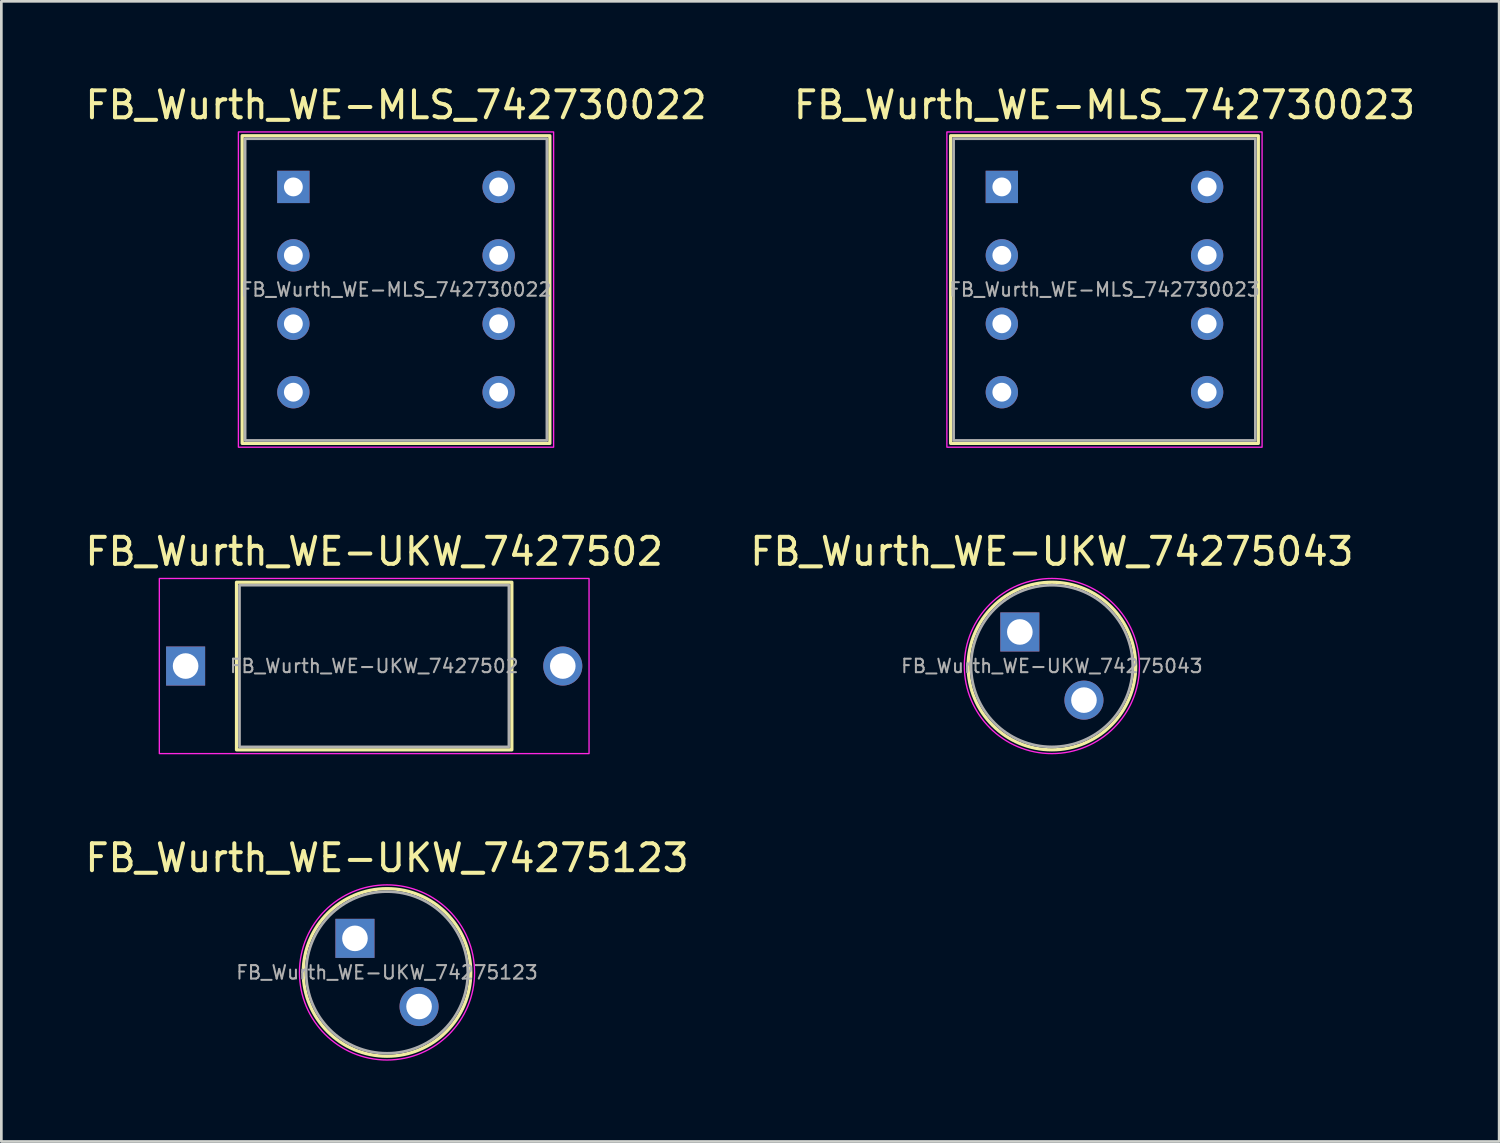
<source format=kicad_pcb>
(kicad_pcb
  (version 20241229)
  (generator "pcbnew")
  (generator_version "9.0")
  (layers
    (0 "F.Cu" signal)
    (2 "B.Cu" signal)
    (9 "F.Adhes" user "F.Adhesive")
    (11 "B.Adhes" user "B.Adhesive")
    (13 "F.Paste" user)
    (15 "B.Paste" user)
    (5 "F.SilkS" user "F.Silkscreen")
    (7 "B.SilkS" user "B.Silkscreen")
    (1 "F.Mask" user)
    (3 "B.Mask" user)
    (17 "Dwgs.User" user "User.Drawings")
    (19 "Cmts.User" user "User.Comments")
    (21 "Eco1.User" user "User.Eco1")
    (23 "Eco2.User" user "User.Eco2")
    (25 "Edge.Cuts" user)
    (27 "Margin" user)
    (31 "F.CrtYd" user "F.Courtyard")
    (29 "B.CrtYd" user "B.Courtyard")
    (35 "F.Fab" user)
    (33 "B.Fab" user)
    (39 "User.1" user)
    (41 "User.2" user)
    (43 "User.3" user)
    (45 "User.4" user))
  (footprint "FB_Wurth_WE-UKW_7427502"
    (layer "F.Cu")
    (at 10.839 21.672)
    (property "Reference" "FB_Wurth_WE-UKW_7427502" (at 0 -4.25 0) (unlocked yes) (layer "F.SilkS") (effects (font (size 1 1) (thickness 0.15))))
    (attr through_hole)
    (fp_rect (start -5.11 -3.11) (end 5.11 3.11) (stroke (width 0.12) (type solid)) (fill no) (layer "F.SilkS"))
    (fp_rect (start -7.975 -3.25) (end 7.975 3.25) (stroke (width 0.05) (type solid)) (fill no) (layer "F.CrtYd"))
    (fp_rect (start -5 -3) (end 5 3) (stroke (width 0.1) (type solid)) (fill no) (layer "F.Fab"))
    (fp_text user "${REFERENCE}" (at 0 0 0) (unlocked yes) (layer "F.Fab") (effects (font (size 0.5 0.5) (thickness 0.075))))
    (pad "1" thru_hole rect (at -7 0) (size 1.45 1.45) (drill 0.95) (layers "*.Cu" "*.Mask"))
    (pad "2" thru_hole circle (at 7 0) (size 1.45 1.45) (drill 0.95) (layers "*.Cu" "*.Mask")))
  (footprint "FB_Wurth_WE-MLS_742730023"
    (layer "F.Cu")
    (at 34.136 3.888)
    (property "Reference" "FB_Wurth_WE-MLS_742730023" (at 3.81 -3.04 0) (unlocked yes) (layer "F.SilkS") (effects (font (size 1 1) (thickness 0.15))))
    (attr through_hole)
    (fp_rect (start -1.9 -1.9) (end 9.52 9.52) (stroke (width 0.12) (type solid)) (fill no) (layer "F.SilkS"))
    (fp_rect (start -2.04 -2.04) (end 9.66 9.66) (stroke (width 0.05) (type solid)) (fill no) (layer "F.CrtYd"))
    (fp_rect (start -1.79 -1.79) (end 9.41 9.41) (stroke (width 0.1) (type solid)) (fill no) (layer "F.Fab"))
    (fp_text user "${REFERENCE}" (at 3.81 3.81 0) (unlocked yes) (layer "F.Fab") (effects (font (size 0.5 0.5) (thickness 0.075))))
    (pad "1" thru_hole rect (at 0 0) (size 1.2 1.2) (drill 0.7) (layers "*.Cu" "*.Mask"))
    (pad "2" thru_hole circle (at 7.62 0) (size 1.2 1.2) (drill 0.7) (layers "*.Cu" "*.Mask"))
    (pad "3" thru_hole circle (at 0 2.54) (size 1.2 1.2) (drill 0.7) (layers "*.Cu" "*.Mask"))
    (pad "4" thru_hole circle (at 7.62 2.54) (size 1.2 1.2) (drill 0.7) (layers "*.Cu" "*.Mask"))
    (pad "5" thru_hole circle (at 0 5.08) (size 1.2 1.2) (drill 0.7) (layers "*.Cu" "*.Mask"))
    (pad "6" thru_hole circle (at 7.62 5.08) (size 1.2 1.2) (drill 0.7) (layers "*.Cu" "*.Mask"))
    (pad "7" thru_hole circle (at 0 7.62) (size 1.2 1.2) (drill 0.7) (layers "*.Cu" "*.Mask"))
    (pad "8" thru_hole circle (at 7.62 7.62) (size 1.2 1.2) (drill 0.7) (layers "*.Cu" "*.Mask")))
  (footprint "FB_Wurth_WE-MLS_742730022"
    (layer "F.Cu")
    (at 7.839 3.888)
    (property "Reference" "FB_Wurth_WE-MLS_742730022" (at 3.81 -3.04 0) (unlocked yes) (layer "F.SilkS") (effects (font (size 1 1) (thickness 0.15))))
    (attr through_hole)
    (fp_rect (start -1.9 -1.9) (end 9.52 9.52) (stroke (width 0.12) (type solid)) (fill no) (layer "F.SilkS"))
    (fp_rect (start -2.04 -2.04) (end 9.66 9.66) (stroke (width 0.05) (type solid)) (fill no) (layer "F.CrtYd"))
    (fp_rect (start -1.79 -1.79) (end 9.41 9.41) (stroke (width 0.1) (type solid)) (fill no) (layer "F.Fab"))
    (fp_text user "${REFERENCE}" (at 3.81 3.81 0) (unlocked yes) (layer "F.Fab") (effects (font (size 0.5 0.5) (thickness 0.075))))
    (pad "1" thru_hole rect (at 0 0) (size 1.2 1.2) (drill 0.7) (layers "*.Cu" "*.Mask"))
    (pad "2" thru_hole circle (at 7.62 0) (size 1.2 1.2) (drill 0.7) (layers "*.Cu" "*.Mask"))
    (pad "3" thru_hole circle (at 0 2.54) (size 1.2 1.2) (drill 0.7) (layers "*.Cu" "*.Mask"))
    (pad "4" thru_hole circle (at 7.62 2.54) (size 1.2 1.2) (drill 0.7) (layers "*.Cu" "*.Mask"))
    (pad "5" thru_hole circle (at 0 5.08) (size 1.2 1.2) (drill 0.7) (layers "*.Cu" "*.Mask"))
    (pad "6" thru_hole circle (at 7.62 5.08) (size 1.2 1.2) (drill 0.7) (layers "*.Cu" "*.Mask"))
    (pad "7" thru_hole circle (at 0 7.62) (size 1.2 1.2) (drill 0.7) (layers "*.Cu" "*.Mask"))
    (pad "8" thru_hole circle (at 7.62 7.62) (size 1.2 1.2) (drill 0.7) (layers "*.Cu" "*.Mask")))
  (footprint "FB_Wurth_WE-UKW_74275043"
    (layer "F.Cu")
    (at 34.804 20.407)
    (property "Reference" "FB_Wurth_WE-UKW_74275043" (at 1.19 -2.985 0) (unlocked yes) (layer "F.SilkS") (effects (font (size 1 1) (thickness 0.15))))
    (attr through_hole)
    (fp_circle (center 1.19 1.265) (end 4.3 1.265) (stroke (width 0.12) (type solid)) (fill no) (layer "F.SilkS"))
    (fp_circle (center 1.19 1.265) (end 4.44 1.265) (stroke (width 0.05) (type solid)) (fill no) (layer "F.CrtYd"))
    (fp_circle (center 1.19 1.265) (end 4.19 1.265) (stroke (width 0.1) (type solid)) (fill no) (layer "F.Fab"))
    (fp_text user "${REFERENCE}" (at 1.19 1.265 0) (unlocked yes) (layer "F.Fab") (effects (font (size 0.5 0.5) (thickness 0.075))))
    (pad "1" thru_hole rect (at 0 0) (size 1.45 1.45) (drill 0.95) (layers "*.Cu" "*.Mask"))
    (pad "2" thru_hole circle (at 2.38 2.53) (size 1.45 1.45) (drill 0.95) (layers "*.Cu" "*.Mask")))
  (footprint "FB_Wurth_WE-UKW_74275123"
    (layer "F.Cu")
    (at 10.125 31.78)
    (property "Reference" "FB_Wurth_WE-UKW_74275123" (at 1.19 -2.985 0) (unlocked yes) (layer "F.SilkS") (effects (font (size 1 1) (thickness 0.15))))
    (attr through_hole)
    (fp_circle (center 1.19 1.265) (end 4.3 1.265) (stroke (width 0.12) (type solid)) (fill no) (layer "F.SilkS"))
    (fp_circle (center 1.19 1.265) (end 4.44 1.265) (stroke (width 0.05) (type solid)) (fill no) (layer "F.CrtYd"))
    (fp_circle (center 1.19 1.265) (end 4.19 1.265) (stroke (width 0.1) (type solid)) (fill no) (layer "F.Fab"))
    (fp_text user "${REFERENCE}" (at 1.19 1.265 0) (unlocked yes) (layer "F.Fab") (effects (font (size 0.5 0.5) (thickness 0.075))))
    (pad "1" thru_hole rect (at 0 0) (size 1.45 1.45) (drill 0.95) (layers "*.Cu" "*.Mask"))
    (pad "2" thru_hole circle (at 2.38 2.53) (size 1.45 1.45) (drill 0.95) (layers "*.Cu" "*.Mask")))
  (gr_rect
    (start -3 -3)
    (end 52.595 39.32)
    (stroke (width 0.1) (type default))
    (fill no)
    (layer "Edge.Cuts")))
</source>
